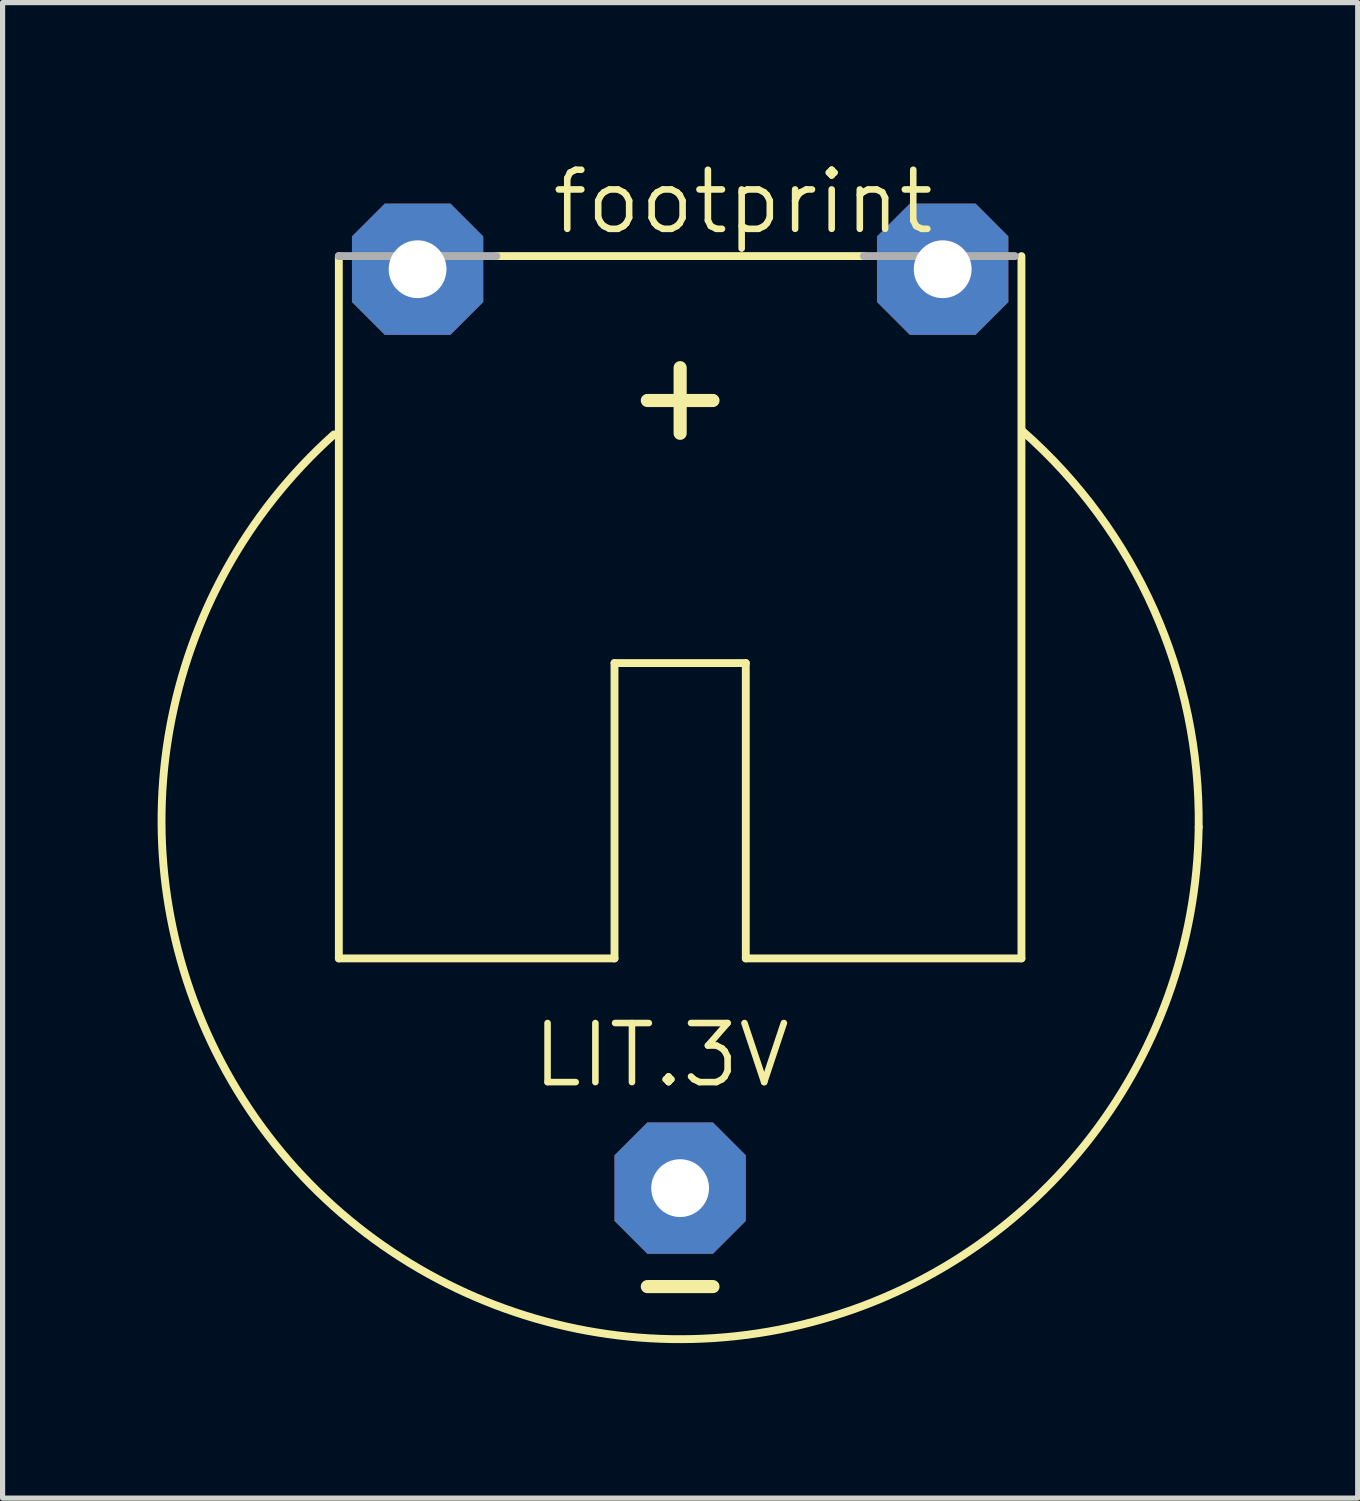
<source format=kicad_pcb>
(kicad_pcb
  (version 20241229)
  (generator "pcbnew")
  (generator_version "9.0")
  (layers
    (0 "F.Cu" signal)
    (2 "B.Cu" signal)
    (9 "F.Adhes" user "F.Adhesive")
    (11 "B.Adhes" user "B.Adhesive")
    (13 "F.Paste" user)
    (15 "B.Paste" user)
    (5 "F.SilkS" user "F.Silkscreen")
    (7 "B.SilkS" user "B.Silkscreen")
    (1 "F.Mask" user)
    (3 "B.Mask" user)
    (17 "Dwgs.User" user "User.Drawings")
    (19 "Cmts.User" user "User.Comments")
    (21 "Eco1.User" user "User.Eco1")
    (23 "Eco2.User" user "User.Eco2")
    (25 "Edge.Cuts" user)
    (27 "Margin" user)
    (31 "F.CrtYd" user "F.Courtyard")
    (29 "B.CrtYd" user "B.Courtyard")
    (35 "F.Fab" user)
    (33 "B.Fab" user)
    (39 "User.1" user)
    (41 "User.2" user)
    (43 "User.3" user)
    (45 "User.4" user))
  (footprint "footprint"
    (layer "F.Cu")
    (at 10.11 12.954)
    (property "Reference" "footprint" (at -2.54 -11.43 0) (layer "F.SilkS") (effects (font (size 1.143 1.143) (thickness 0.127)) (justify left bottom)))
    (fp_line (start -6.604 -11.049) (end -6.604 2.54) (stroke (width 0.152) (type solid)) (layer "F.SilkS"))
    (fp_line (start -6.604 2.54) (end -1.27 2.54) (stroke (width 0.152) (type solid)) (layer "F.SilkS"))
    (fp_line (start -1.27 -3.175) (end -1.27 2.54) (stroke (width 0.152) (type solid)) (layer "F.SilkS"))
    (fp_line (start -1.27 -3.175) (end 1.27 -3.175) (stroke (width 0.152) (type solid)) (layer "F.SilkS"))
    (fp_line (start -0.635 -8.255) (end 0.635 -8.255) (stroke (width 0.254) (type solid)) (layer "F.SilkS"))
    (fp_line (start -0.635 8.89) (end 0.635 8.89) (stroke (width 0.254) (type solid)) (layer "F.SilkS"))
    (fp_line (start 0 -8.89) (end 0 -7.62) (stroke (width 0.254) (type solid)) (layer "F.SilkS"))
    (fp_line (start 1.27 2.54) (end 1.27 -3.175) (stroke (width 0.152) (type solid)) (layer "F.SilkS"))
    (fp_line (start 1.27 2.54) (end 6.604 2.54) (stroke (width 0.152) (type solid)) (layer "F.SilkS"))
    (fp_line (start 3.556 -11.049) (end -3.556 -11.049) (stroke (width 0.152) (type solid)) (layer "F.SilkS"))
    (fp_line (start 6.604 2.54) (end 6.604 -11.049) (stroke (width 0.152) (type solid)) (layer "F.SilkS"))
    (fp_arc (start 6.6203 -7.6668) (mid 9.166727 -4.20733) (end 10.0331 0) (stroke (width 0.1524) (type solid)) (layer "F.SilkS"))
    (fp_arc (start 10.033002 -0.000001) (mid -4.148817 9.008909) (end -6.698 -7.5979) (stroke (width 0.1524) (type solid)) (layer "F.SilkS"))
    (fp_line (start -3.556 -11.049) (end -6.604 -11.049) (stroke (width 0.152) (type solid)) (layer "F.Fab"))
    (fp_line (start 6.477 -11.049) (end 3.556 -11.049) (stroke (width 0.152) (type solid)) (layer "F.Fab"))
    (fp_text user "LIT.3V" (at -2.921 5.08 0) (layer "F.SilkS") (effects (font (size 1.143 1.143) (thickness 0.127)) (justify left bottom)))
    (pad "+" thru_hole roundrect (at 5.08 -10.795) (size 2.54 2.54) (drill 1.118) (layers "*.Cu" "*.Mask") (roundrect_rratio 0.25) (chamfer_ratio 0.25) (chamfer top_left top_right bottom_left bottom_right))
    (pad "+@1" thru_hole roundrect (at -5.08 -10.795) (size 2.54 2.54) (drill 1.118) (layers "*.Cu" "*.Mask") (roundrect_rratio 0.25) (chamfer_ratio 0.25) (chamfer top_left top_right bottom_left bottom_right))
    (pad "-" thru_hole roundrect (at 0 6.985) (size 2.54 2.54) (drill 1.118) (layers "*.Cu" "*.Mask") (roundrect_rratio 0.25) (chamfer_ratio 0.25) (chamfer top_left top_right bottom_left bottom_right)))
  (gr_rect
    (start -3 -3)
    (end 23.22 25.937)
    (stroke (width 0.1) (type default))
    (fill no)
    (layer "Edge.Cuts")))
</source>
